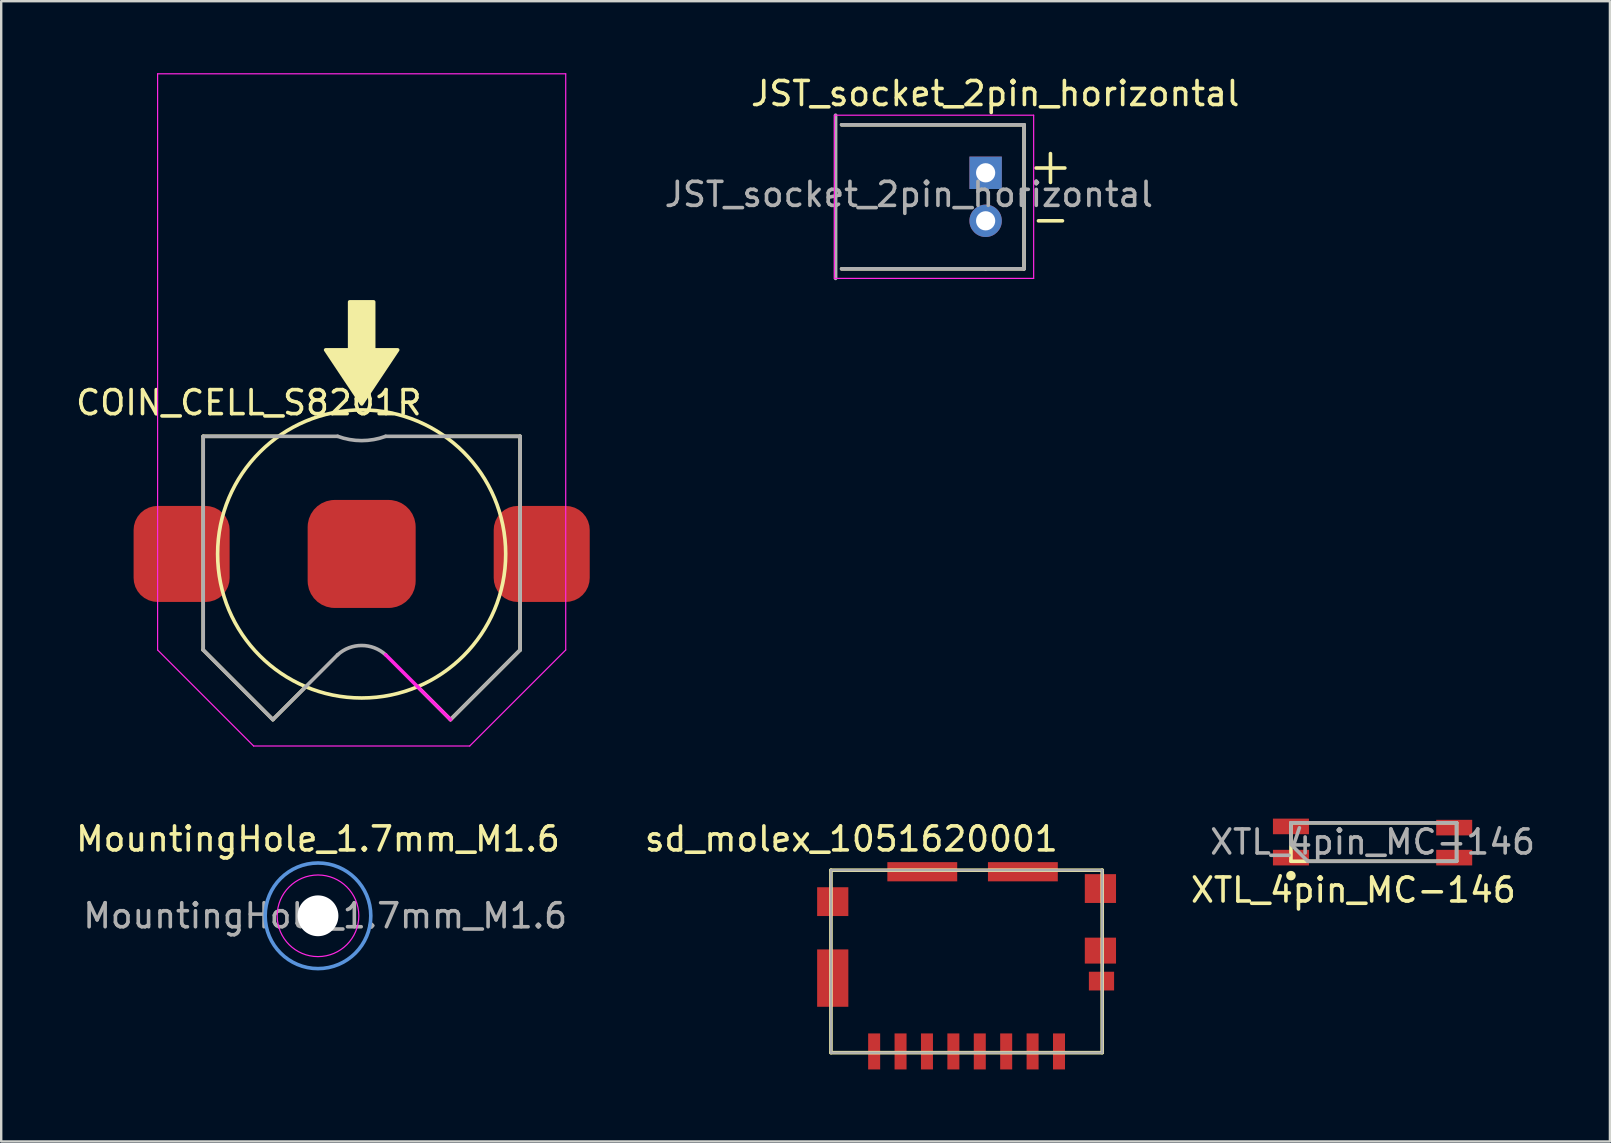
<source format=kicad_pcb>
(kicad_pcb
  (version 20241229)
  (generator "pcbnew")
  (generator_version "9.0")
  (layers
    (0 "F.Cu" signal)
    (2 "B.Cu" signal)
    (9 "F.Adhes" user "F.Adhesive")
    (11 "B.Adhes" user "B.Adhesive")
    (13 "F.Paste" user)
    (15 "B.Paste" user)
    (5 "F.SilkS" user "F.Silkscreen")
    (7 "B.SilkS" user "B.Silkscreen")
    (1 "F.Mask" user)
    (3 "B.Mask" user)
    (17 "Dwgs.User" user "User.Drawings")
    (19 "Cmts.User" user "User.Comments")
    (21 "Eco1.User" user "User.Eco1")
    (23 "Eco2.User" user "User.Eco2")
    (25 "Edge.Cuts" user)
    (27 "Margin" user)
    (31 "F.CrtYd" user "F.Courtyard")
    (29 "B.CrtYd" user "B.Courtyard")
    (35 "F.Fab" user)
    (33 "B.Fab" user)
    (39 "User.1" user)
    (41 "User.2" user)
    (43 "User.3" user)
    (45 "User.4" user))
  (footprint "MountingHole_1.7mm_M1.6"
    (layer "F.Cu")
    (at 10.196 35.098)
    (property "Reference" "MountingHole_1.7mm_M1.6" (at 0 -3.2 0) (layer "F.SilkS") (effects (font (size 1 1) (thickness 0.15))))
    (attr exclude_from_pos_files exclude_from_bom)
    (fp_circle (center 0 0) (end 2.2 0) (stroke (width 0.15) (type solid)) (fill no) (layer "Cmts.User"))
    (fp_circle (center 0 0) (end 1.7 0) (stroke (width 0.05) (type solid)) (fill no) (layer "F.CrtYd"))
    (fp_text user "${REFERENCE}" (at 0.3 0 0) (layer "F.Fab") (effects (font (size 1 1) (thickness 0.15))))
    (pad "" np_thru_hole circle (at 0 0) (size 1.7 1.7) (drill 1.7) (layers "*.Cu" "*.Mask")))
  (footprint "XTL_4pin_MC-146"
    (layer "F.Cu")
    (at 54.125 32.025)
    (property "Reference" "XTL_4pin_MC-146" (at -0.8 2 180) (layer "F.SilkS") (effects (font (size 1 1) (thickness 0.15))))
    (attr through_hole)
    (fp_line (start -3.4 -0.8) (end 3.5 -0.8) (stroke (width 0.15) (type solid)) (layer "F.SilkS"))
    (fp_line (start -3.4 0.8) (end -3.4 -0.8) (stroke (width 0.15) (type solid)) (layer "F.SilkS"))
    (fp_line (start 3.5 -0.8) (end 3.5 0.8) (stroke (width 0.15) (type solid)) (layer "F.SilkS"))
    (fp_line (start 3.5 0.8) (end -3.4 0.8) (stroke (width 0.15) (type solid)) (layer "F.SilkS"))
    (fp_circle (center -3.4 1.4) (end -3.3 1.4) (stroke (width 0.2) (type solid)) (fill no) (layer "F.SilkS"))
    (fp_line (start -3.4 -0.8) (end 3.5 -0.8) (stroke (width 0.15) (type solid)) (layer "F.Fab"))
    (fp_line (start -3.4 0.1) (end -3.4 -0.8) (stroke (width 0.15) (type solid)) (layer "F.Fab"))
    (fp_line (start -3.4 0.1) (end -2.7 0.8) (stroke (width 0.15) (type solid)) (layer "F.Fab"))
    (fp_line (start 3.5 -0.8) (end 3.5 0.8) (stroke (width 0.15) (type solid)) (layer "F.Fab"))
    (fp_line (start 3.5 0.8) (end -2.7 0.8) (stroke (width 0.15) (type solid)) (layer "F.Fab"))
    (fp_text user "${REFERENCE}" (at 0 0 0) (layer "F.Fab") (effects (font (size 1 1) (thickness 0.15))))
    (pad "1" smd rect (at -3.4 0.65) (size 1.5 0.65) (layers "F.Cu" "F.Mask" "F.Paste"))
    (pad "2" smd rect (at 3.4 0.65) (size 1.5 0.65) (layers "F.Cu" "F.Mask" "F.Paste"))
    (pad "3" smd rect (at 3.4 -0.6) (size 1.5 0.65) (layers "F.Cu" "F.Mask" "F.Paste"))
    (pad "4" smd rect (at -3.4 -0.65) (size 1.5 0.65) (layers "F.Cu" "F.Mask" "F.Paste")))
  (footprint "JST_socket_2pin_horizontal"
    (layer "F.Cu")
    (at 38.007 5.148)
    (property "Reference" "JST_socket_2pin_horizontal" (at 0.4 -4.3 0) (layer "F.SilkS") (effects (font (size 1 1) (thickness 0.15))))
    (attr through_hole)
    (fp_line (start 0 3) (end -6 3) (stroke (width 0.15) (type solid)) (layer "F.SilkS"))
    (fp_line (start 0 3) (end 1.6 3) (stroke (width 0.15) (type solid)) (layer "F.SilkS"))
    (fp_line (start 1.6 -3) (end -6 -3) (stroke (width 0.15) (type solid)) (layer "F.SilkS"))
    (fp_line (start 1.6 3) (end 1.6 -3) (stroke (width 0.15) (type solid)) (layer "F.SilkS"))
    (fp_line (start 2.1 -1.2) (end 3.3 -1.2) (stroke (width 0.15) (type solid)) (layer "F.SilkS"))
    (fp_line (start 2.2 1) (end 3.2 1) (stroke (width 0.15) (type solid)) (layer "F.SilkS"))
    (fp_line (start 2.7 -0.6) (end 2.7 -1.8) (stroke (width 0.15) (type solid)) (layer "F.SilkS"))
    (fp_line (start -6.3 -3.4) (end -6.3 3.4) (stroke (width 0.05) (type solid)) (layer "F.CrtYd"))
    (fp_line (start -6.3 3.4) (end 2 3.4) (stroke (width 0.05) (type solid)) (layer "F.CrtYd"))
    (fp_line (start 2 -3.4) (end -6.3 -3.4) (stroke (width 0.05) (type solid)) (layer "F.CrtYd"))
    (fp_line (start 2 3.4) (end 2 -3.4) (stroke (width 0.05) (type solid)) (layer "F.CrtYd"))
    (fp_line (start -6.25 3.4) (end -6.25 -3.4) (stroke (width 0.15) (type solid)) (layer "F.Fab"))
    (fp_line (start -6 -3) (end 1.6 -3) (stroke (width 0.15) (type solid)) (layer "F.Fab"))
    (fp_line (start 1.6 -3) (end 1.6 3) (stroke (width 0.15) (type solid)) (layer "F.Fab"))
    (fp_line (start 1.6 3) (end -6 3) (stroke (width 0.15) (type solid)) (layer "F.Fab"))
    (fp_text user "${REFERENCE}" (at -3.2 -0.1 0) (layer "F.Fab") (effects (font (size 1 1) (thickness 0.15))))
    (pad "1" thru_hole rect (at 0 -1) (size 1.35 1.35) (drill 0.8) (layers "*.Cu" "*.Mask"))
    (pad "2" thru_hole oval (at 0 1) (size 1.35 1.35) (drill 0.8) (layers "*.Cu" "*.Mask")))
  (footprint "COIN_CELL_S8201R"
    (layer "F.Cu")
    (at 12.015 20.025)
    (property "Reference" "COIN_CELL_S8201R" (at -4.7 -6.3 0) (layer "F.SilkS") (effects (font (size 1 1) (thickness 0.15))))
    (attr through_hole)
    (fp_line (start -6.6 -4.9) (end -6.6 4) (stroke (width 0.15) (type solid)) (layer "F.SilkS"))
    (fp_line (start -6.6 -4.9) (end -3.5 -4.9) (stroke (width 0.15) (type solid)) (layer "F.SilkS"))
    (fp_line (start -6.6 4) (end -3.7 6.9) (stroke (width 0.15) (type solid)) (layer "F.SilkS"))
    (fp_line (start -3.7 6.9) (end -2.4 5.6) (stroke (width 0.15) (type solid)) (layer "F.SilkS"))
    (fp_line (start 3.7 6.9) (end 2.4 5.6) (stroke (width 0.15) (type solid)) (layer "F.SilkS"))
    (fp_line (start 6.6 -4.9) (end 3.5 -4.9) (stroke (width 0.15) (type solid)) (layer "F.SilkS"))
    (fp_line (start 6.6 -4.9) (end 6.6 4) (stroke (width 0.15) (type solid)) (layer "F.SilkS"))
    (fp_line (start 6.6 4) (end 3.7 6.9) (stroke (width 0.15) (type solid)) (layer "F.SilkS"))
    (fp_circle (center 0 0) (end 6 0) (stroke (width 0.15) (type solid)) (fill no) (layer "F.SilkS"))
    (fp_poly (pts (xy 0 -6.25) (xy -1.5 -8.5) (xy -0.5 -8.5) (xy -0.5 -10.5) (xy 0.5 -10.5) (xy 0.5 -8.5) (xy 1.5 -8.5)) (stroke (width 0.15) (type solid)) (fill yes) (layer "F.SilkS"))
    (fp_line (start -8.5 -20) (end 8.5 -20) (stroke (width 0.05) (type solid)) (layer "F.CrtYd"))
    (fp_line (start -8.5 4) (end -8.5 -20) (stroke (width 0.05) (type solid)) (layer "F.CrtYd"))
    (fp_line (start -4.5 8) (end -8.5 4) (stroke (width 0.05) (type solid)) (layer "F.CrtYd"))
    (fp_line (start 3.7 6.9) (end 1 4.2) (stroke (width 0.15) (type solid)) (layer "F.CrtYd"))
    (fp_line (start 4.5 8) (end -4.5 8) (stroke (width 0.05) (type solid)) (layer "F.CrtYd"))
    (fp_line (start 8.5 -20) (end 8.5 4) (stroke (width 0.05) (type solid)) (layer "F.CrtYd"))
    (fp_line (start 8.5 4) (end 4.5 8) (stroke (width 0.05) (type solid)) (layer "F.CrtYd"))
    (fp_line (start -6.6 -4.9) (end -6.6 4) (stroke (width 0.15) (type solid)) (layer "F.Fab"))
    (fp_line (start -6.6 -4.9) (end -1 -4.9) (stroke (width 0.15) (type solid)) (layer "F.Fab"))
    (fp_line (start -6.6 4) (end -3.7 6.9) (stroke (width 0.15) (type solid)) (layer "F.Fab"))
    (fp_line (start -3.7 6.9) (end -1 4.2) (stroke (width 0.15) (type solid)) (layer "F.Fab"))
    (fp_line (start 6.6 -4.9) (end 1 -4.9) (stroke (width 0.15) (type solid)) (layer "F.Fab"))
    (fp_line (start 6.6 -4.9) (end 6.6 4) (stroke (width 0.15) (type solid)) (layer "F.Fab"))
    (fp_line (start 6.6 4) (end 3.7 6.9) (stroke (width 0.15) (type solid)) (layer "F.Fab"))
    (fp_arc (start -0.999089 4.199175) (mid 0.000614 3.813395) (end 0.999999 4.200001) (stroke (width 0.15) (type solid)) (layer "F.Fab"))
    (fp_arc (start 0.997819 -4.899195) (mid -0.001162 -4.720766) (end -0.999999 -4.900001) (stroke (width 0.15) (type solid)) (layer "F.Fab"))
    (pad "1" smd roundrect (at -7.5 0) (size 4 4) (layers "F.Cu" "F.Mask" "F.Paste") (roundrect_rratio 0.25))
    (pad "2" smd roundrect (at 7.5 0) (size 4 4) (layers "F.Cu" "F.Mask" "F.Paste") (roundrect_rratio 0.25))
    (pad "3" smd roundrect (at 0 0) (size 4.5 4.5) (layers "F.Cu" "F.Mask" "F.Paste") (roundrect_rratio 0.25)))
  (footprint "sd_molex_1051620001"
    (layer "F.Cu")
    (at 37.213 40.998)
    (property "Reference" "sd_molex_1051620001" (at -4.8 -9.1 0) (layer "F.SilkS") (effects (font (size 1 1) (thickness 0.15))))
    (attr through_hole)
    (fp_line (start -5.65 -7.8) (end 5.65 -7.8) (stroke (width 0.15) (type solid)) (layer "F.SilkS"))
    (fp_line (start -5.65 -0.2) (end -5.65 -7.8) (stroke (width 0.15) (type solid)) (layer "F.SilkS"))
    (fp_line (start -5.65 -0.2) (end 5.65 -0.2) (stroke (width 0.15) (type solid)) (layer "F.SilkS"))
    (fp_line (start 5.65 -7.8) (end 5.65 -0.2) (stroke (width 0.15) (type solid)) (layer "F.SilkS"))
    (fp_line (start -5.65 -7.8) (end 5.65 -7.8) (stroke (width 0.1) (type solid)) (layer "F.Fab"))
    (fp_line (start -5.65 -0.2) (end -5.65 -7.8) (stroke (width 0.1) (type solid)) (layer "F.Fab"))
    (fp_line (start -5.65 -0.2) (end 5.65 -0.2) (stroke (width 0.1) (type solid)) (layer "F.Fab"))
    (fp_line (start 5.65 -7.8) (end 5.65 -0.2) (stroke (width 0.1) (type solid)) (layer "F.Fab"))
    (pad "" smd rect (at -5.575 -6.49) (size 1.3 1.2) (layers "F.Cu" "F.Mask" "F.Paste"))
    (pad "" smd rect (at -5.575 -3.305) (size 1.3 2.39) (layers "F.Cu" "F.Mask" "F.Paste"))
    (pad "" smd rect (at -1.845 -7.735) (size 2.91 0.8) (layers "F.Cu" "F.Mask" "F.Paste"))
    (pad "" smd rect (at 2.345 -7.735) (size 2.91 0.8) (layers "F.Cu" "F.Mask" "F.Paste"))
    (pad "" smd rect (at 5.575 -7.035) (size 1.3 1.2) (layers "F.Cu" "F.Mask" "F.Paste"))
    (pad "" smd rect (at 5.575 -4.45) (size 1.3 1.08) (layers "F.Cu" "F.Mask" "F.Paste"))
    (pad "1" smd rect (at 3.85 -0.25) (size 0.5 1.5) (layers "F.Cu" "F.Mask" "F.Paste"))
    (pad "2" smd rect (at 2.75 -0.25) (size 0.5 1.5) (layers "F.Cu" "F.Mask" "F.Paste"))
    (pad "3" smd rect (at 1.65 -0.25) (size 0.5 1.5) (layers "F.Cu" "F.Mask" "F.Paste"))
    (pad "4" smd rect (at 0.55 -0.25) (size 0.5 1.5) (layers "F.Cu" "F.Mask" "F.Paste"))
    (pad "5" smd rect (at -0.55 -0.25) (size 0.5 1.5) (layers "F.Cu" "F.Mask" "F.Paste"))
    (pad "6" smd rect (at -1.65 -0.25) (size 0.5 1.5) (layers "F.Cu" "F.Mask" "F.Paste"))
    (pad "7" smd rect (at -2.75 -0.25) (size 0.5 1.5) (layers "F.Cu" "F.Mask" "F.Paste"))
    (pad "8" smd rect (at -3.85 -0.25) (size 0.5 1.5) (layers "F.Cu" "F.Mask" "F.Paste"))
    (pad "9" smd rect (at 5.62 -3.18) (size 1.05 0.78) (layers "F.Cu" "F.Mask" "F.Paste")))
  (gr_rect
    (start -3 -3)
    (end 64.012 44.498)
    (stroke (width 0.1) (type default))
    (fill no)
    (layer "Edge.Cuts")))
</source>
